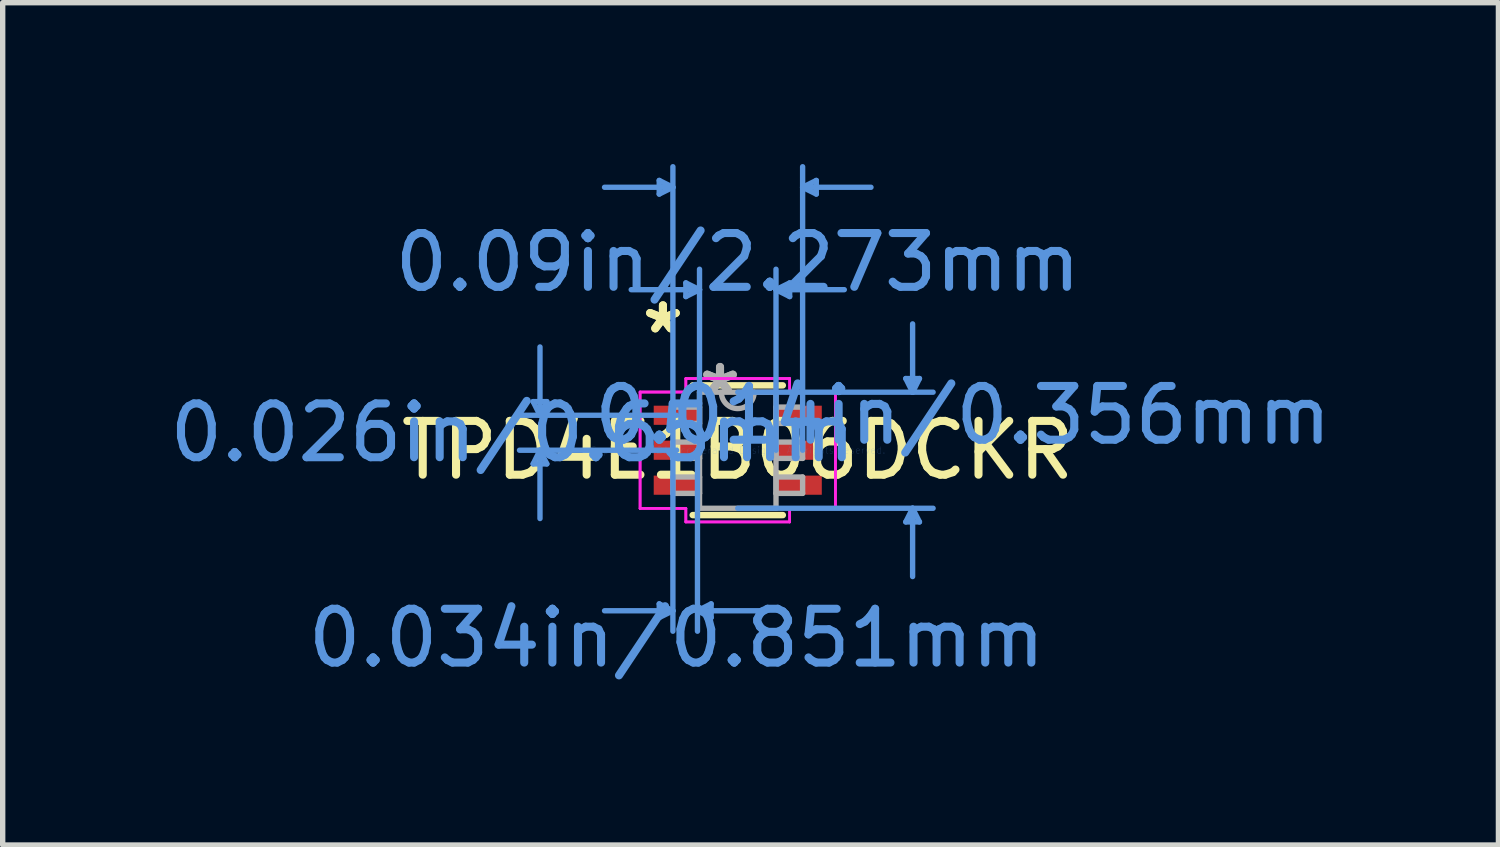
<source format=kicad_pcb>
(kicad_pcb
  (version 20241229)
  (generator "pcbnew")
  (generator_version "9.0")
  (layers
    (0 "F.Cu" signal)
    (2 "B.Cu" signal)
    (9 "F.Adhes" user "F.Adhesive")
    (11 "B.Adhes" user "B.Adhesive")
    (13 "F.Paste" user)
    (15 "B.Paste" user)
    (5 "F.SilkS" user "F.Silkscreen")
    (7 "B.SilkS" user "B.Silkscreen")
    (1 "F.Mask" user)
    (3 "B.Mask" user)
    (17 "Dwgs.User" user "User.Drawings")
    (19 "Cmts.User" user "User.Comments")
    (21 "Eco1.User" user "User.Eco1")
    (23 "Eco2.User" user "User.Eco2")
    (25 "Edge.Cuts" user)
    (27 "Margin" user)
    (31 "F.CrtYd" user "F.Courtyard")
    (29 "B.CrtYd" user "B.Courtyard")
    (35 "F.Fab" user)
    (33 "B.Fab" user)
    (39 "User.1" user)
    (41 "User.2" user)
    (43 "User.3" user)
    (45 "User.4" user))
  (footprint "TPD4E1B06DCKR"
    (layer "F.Cu")
    (at 10.667 5.321)
    (property "Reference" "TPD4E1B06DCKR" (at 0 0 0) (layer "F.SilkS") (effects (font (size 1 1) (thickness 0.15))))
    (attr through_hole)
    (fp_line (start -0.838 1.206) (end 0.838 1.206) (stroke (width 0.12) (type solid)) (layer "F.SilkS"))
    (fp_line (start 0.838 -1.206) (end -0.838 -1.206) (stroke (width 0.12) (type solid)) (layer "F.SilkS"))
    (fp_line (start -3.804 -0.904) (end -3.55 -0.904) (stroke (width 0.1) (type solid)) (layer "Cmts.User"))
    (fp_line (start -3.804 0.254) (end -3.55 0.254) (stroke (width 0.1) (type solid)) (layer "Cmts.User"))
    (fp_line (start -3.677 -0.65) (end -3.804 -0.904) (stroke (width 0.1) (type solid)) (layer "Cmts.User"))
    (fp_line (start -3.677 -0.65) (end -3.677 -1.92) (stroke (width 0.1) (type solid)) (layer "Cmts.User"))
    (fp_line (start -3.677 -0.65) (end -3.55 -0.904) (stroke (width 0.1) (type solid)) (layer "Cmts.User"))
    (fp_line (start -3.677 0) (end -3.804 0.254) (stroke (width 0.1) (type solid)) (layer "Cmts.User"))
    (fp_line (start -3.677 0) (end -3.677 1.27) (stroke (width 0.1) (type solid)) (layer "Cmts.User"))
    (fp_line (start -3.677 0) (end -3.55 0.254) (stroke (width 0.1) (type solid)) (layer "Cmts.User"))
    (fp_line (start -1.46 -5.016) (end -1.46 -4.763) (stroke (width 0.1) (type solid)) (layer "Cmts.User"))
    (fp_line (start -1.46 2.857) (end -1.46 3.111) (stroke (width 0.1) (type solid)) (layer "Cmts.User"))
    (fp_line (start -1.206 -4.889) (end -2.477 -4.889) (stroke (width 0.1) (type solid)) (layer "Cmts.User"))
    (fp_line (start -1.206 -4.889) (end -1.46 -5.016) (stroke (width 0.1) (type solid)) (layer "Cmts.User"))
    (fp_line (start -1.206 -4.889) (end -1.46 -4.763) (stroke (width 0.1) (type solid)) (layer "Cmts.User"))
    (fp_line (start -1.206 0) (end -1.206 -5.271) (stroke (width 0.1) (type solid)) (layer "Cmts.User"))
    (fp_line (start -1.206 0) (end -1.206 3.365) (stroke (width 0.1) (type solid)) (layer "Cmts.User"))
    (fp_line (start -1.206 2.985) (end -2.477 2.985) (stroke (width 0.1) (type solid)) (layer "Cmts.User"))
    (fp_line (start -1.206 2.985) (end -1.46 2.857) (stroke (width 0.1) (type solid)) (layer "Cmts.User"))
    (fp_line (start -1.206 2.985) (end -1.46 3.111) (stroke (width 0.1) (type solid)) (layer "Cmts.User"))
    (fp_line (start -1.137 -0.65) (end -4.058 -0.65) (stroke (width 0.1) (type solid)) (layer "Cmts.User"))
    (fp_line (start -1.137 0) (end -4.058 0) (stroke (width 0.1) (type solid)) (layer "Cmts.User"))
    (fp_line (start -0.965 -3.111) (end -0.965 -2.857) (stroke (width 0.1) (type solid)) (layer "Cmts.User"))
    (fp_line (start -0.749 0) (end -0.749 3.365) (stroke (width 0.1) (type solid)) (layer "Cmts.User"))
    (fp_line (start -0.749 2.985) (end -0.495 2.857) (stroke (width 0.1) (type solid)) (layer "Cmts.User"))
    (fp_line (start -0.749 2.985) (end -0.495 3.111) (stroke (width 0.1) (type solid)) (layer "Cmts.User"))
    (fp_line (start -0.749 2.985) (end 0.521 2.985) (stroke (width 0.1) (type solid)) (layer "Cmts.User"))
    (fp_line (start -0.711 -2.985) (end -1.981 -2.985) (stroke (width 0.1) (type solid)) (layer "Cmts.User"))
    (fp_line (start -0.711 -2.985) (end -0.965 -3.111) (stroke (width 0.1) (type solid)) (layer "Cmts.User"))
    (fp_line (start -0.711 -2.985) (end -0.965 -2.857) (stroke (width 0.1) (type solid)) (layer "Cmts.User"))
    (fp_line (start -0.711 0) (end -0.711 -3.365) (stroke (width 0.1) (type solid)) (layer "Cmts.User"))
    (fp_line (start -0.495 2.857) (end -0.495 3.111) (stroke (width 0.1) (type solid)) (layer "Cmts.User"))
    (fp_line (start 0 -1.079) (end 3.632 -1.079) (stroke (width 0.1) (type solid)) (layer "Cmts.User"))
    (fp_line (start 0 1.079) (end 3.632 1.079) (stroke (width 0.1) (type solid)) (layer "Cmts.User"))
    (fp_line (start 0.711 -2.985) (end 0.965 -3.111) (stroke (width 0.1) (type solid)) (layer "Cmts.User"))
    (fp_line (start 0.711 -2.985) (end 0.965 -2.857) (stroke (width 0.1) (type solid)) (layer "Cmts.User"))
    (fp_line (start 0.711 -2.985) (end 1.981 -2.985) (stroke (width 0.1) (type solid)) (layer "Cmts.User"))
    (fp_line (start 0.711 0) (end 0.711 -3.365) (stroke (width 0.1) (type solid)) (layer "Cmts.User"))
    (fp_line (start 0.965 -3.111) (end 0.965 -2.857) (stroke (width 0.1) (type solid)) (layer "Cmts.User"))
    (fp_line (start 1.206 -4.889) (end 1.46 -5.016) (stroke (width 0.1) (type solid)) (layer "Cmts.User"))
    (fp_line (start 1.206 -4.889) (end 1.46 -4.763) (stroke (width 0.1) (type solid)) (layer "Cmts.User"))
    (fp_line (start 1.206 -4.889) (end 2.477 -4.889) (stroke (width 0.1) (type solid)) (layer "Cmts.User"))
    (fp_line (start 1.206 0) (end 1.206 -5.271) (stroke (width 0.1) (type solid)) (layer "Cmts.User"))
    (fp_line (start 1.46 -5.016) (end 1.46 -4.763) (stroke (width 0.1) (type solid)) (layer "Cmts.User"))
    (fp_line (start 3.124 -1.333) (end 3.378 -1.333) (stroke (width 0.1) (type solid)) (layer "Cmts.User"))
    (fp_line (start 3.124 1.333) (end 3.378 1.333) (stroke (width 0.1) (type solid)) (layer "Cmts.User"))
    (fp_line (start 3.251 -1.079) (end 3.124 -1.333) (stroke (width 0.1) (type solid)) (layer "Cmts.User"))
    (fp_line (start 3.251 -1.079) (end 3.251 -2.349) (stroke (width 0.1) (type solid)) (layer "Cmts.User"))
    (fp_line (start 3.251 -1.079) (end 3.378 -1.333) (stroke (width 0.1) (type solid)) (layer "Cmts.User"))
    (fp_line (start 3.251 1.079) (end 3.124 1.333) (stroke (width 0.1) (type solid)) (layer "Cmts.User"))
    (fp_line (start 3.251 1.079) (end 3.251 2.349) (stroke (width 0.1) (type solid)) (layer "Cmts.User"))
    (fp_line (start 3.251 1.079) (end 3.378 1.333) (stroke (width 0.1) (type solid)) (layer "Cmts.User"))
    (fp_line (start -1.816 -1.082) (end -0.965 -1.082) (stroke (width 0.05) (type solid)) (layer "F.CrtYd"))
    (fp_line (start -1.816 -1.082) (end -0.965 -1.082) (stroke (width 0.05) (type solid)) (layer "F.CrtYd"))
    (fp_line (start -1.816 1.082) (end -1.816 -1.082) (stroke (width 0.05) (type solid)) (layer "F.CrtYd"))
    (fp_line (start -1.816 1.082) (end -1.816 -1.082) (stroke (width 0.05) (type solid)) (layer "F.CrtYd"))
    (fp_line (start -1.816 1.082) (end -0.965 1.082) (stroke (width 0.05) (type solid)) (layer "F.CrtYd"))
    (fp_line (start -0.965 -1.333) (end 0.965 -1.333) (stroke (width 0.05) (type solid)) (layer "F.CrtYd"))
    (fp_line (start -0.965 -1.333) (end 0.965 -1.333) (stroke (width 0.05) (type solid)) (layer "F.CrtYd"))
    (fp_line (start -0.965 -1.082) (end -0.965 -1.333) (stroke (width 0.05) (type solid)) (layer "F.CrtYd"))
    (fp_line (start -0.965 -1.082) (end -0.965 -1.333) (stroke (width 0.05) (type solid)) (layer "F.CrtYd"))
    (fp_line (start -0.965 1.082) (end -1.816 1.082) (stroke (width 0.05) (type solid)) (layer "F.CrtYd"))
    (fp_line (start -0.965 1.333) (end -0.965 1.082) (stroke (width 0.05) (type solid)) (layer "F.CrtYd"))
    (fp_line (start -0.965 1.333) (end -0.965 1.082) (stroke (width 0.05) (type solid)) (layer "F.CrtYd"))
    (fp_line (start 0.965 -1.333) (end 0.965 -1.082) (stroke (width 0.05) (type solid)) (layer "F.CrtYd"))
    (fp_line (start 0.965 -1.333) (end 0.965 -1.082) (stroke (width 0.05) (type solid)) (layer "F.CrtYd"))
    (fp_line (start 0.965 -1.082) (end 1.816 -1.082) (stroke (width 0.05) (type solid)) (layer "F.CrtYd"))
    (fp_line (start 0.965 1.082) (end 0.965 1.333) (stroke (width 0.05) (type solid)) (layer "F.CrtYd"))
    (fp_line (start 0.965 1.082) (end 0.965 1.333) (stroke (width 0.05) (type solid)) (layer "F.CrtYd"))
    (fp_line (start 0.965 1.333) (end -0.965 1.333) (stroke (width 0.05) (type solid)) (layer "F.CrtYd"))
    (fp_line (start 0.965 1.333) (end -0.965 1.333) (stroke (width 0.05) (type solid)) (layer "F.CrtYd"))
    (fp_line (start 1.816 -1.082) (end 0.965 -1.082) (stroke (width 0.05) (type solid)) (layer "F.CrtYd"))
    (fp_line (start 1.816 -1.082) (end 1.816 1.082) (stroke (width 0.05) (type solid)) (layer "F.CrtYd"))
    (fp_line (start 1.816 -1.082) (end 1.816 1.082) (stroke (width 0.05) (type solid)) (layer "F.CrtYd"))
    (fp_line (start 1.816 1.082) (end 0.965 1.082) (stroke (width 0.05) (type solid)) (layer "F.CrtYd"))
    (fp_line (start 1.816 1.082) (end 0.965 1.082) (stroke (width 0.05) (type solid)) (layer "F.CrtYd"))
    (fp_line (start -1.206 -0.802) (end -1.206 -0.498) (stroke (width 0.1) (type solid)) (layer "F.Fab"))
    (fp_line (start -1.206 -0.498) (end -0.711 -0.498) (stroke (width 0.1) (type solid)) (layer "F.Fab"))
    (fp_line (start -1.206 -0.152) (end -1.206 0.152) (stroke (width 0.1) (type solid)) (layer "F.Fab"))
    (fp_line (start -1.206 0.152) (end -0.711 0.152) (stroke (width 0.1) (type solid)) (layer "F.Fab"))
    (fp_line (start -1.206 0.498) (end -1.206 0.802) (stroke (width 0.1) (type solid)) (layer "F.Fab"))
    (fp_line (start -1.206 0.802) (end -0.711 0.802) (stroke (width 0.1) (type solid)) (layer "F.Fab"))
    (fp_line (start -0.711 -1.079) (end -0.711 1.079) (stroke (width 0.1) (type solid)) (layer "F.Fab"))
    (fp_line (start -0.711 -0.802) (end -1.206 -0.802) (stroke (width 0.1) (type solid)) (layer "F.Fab"))
    (fp_line (start -0.711 -0.498) (end -0.711 -0.802) (stroke (width 0.1) (type solid)) (layer "F.Fab"))
    (fp_line (start -0.711 -0.152) (end -1.206 -0.152) (stroke (width 0.1) (type solid)) (layer "F.Fab"))
    (fp_line (start -0.711 0.152) (end -0.711 -0.152) (stroke (width 0.1) (type solid)) (layer "F.Fab"))
    (fp_line (start -0.711 0.498) (end -1.206 0.498) (stroke (width 0.1) (type solid)) (layer "F.Fab"))
    (fp_line (start -0.711 0.802) (end -0.711 0.498) (stroke (width 0.1) (type solid)) (layer "F.Fab"))
    (fp_line (start -0.711 1.079) (end 0.711 1.079) (stroke (width 0.1) (type solid)) (layer "F.Fab"))
    (fp_line (start 0.711 -1.079) (end -0.711 -1.079) (stroke (width 0.1) (type solid)) (layer "F.Fab"))
    (fp_line (start 0.711 -0.802) (end 0.711 -0.498) (stroke (width 0.1) (type solid)) (layer "F.Fab"))
    (fp_line (start 0.711 -0.498) (end 1.206 -0.498) (stroke (width 0.1) (type solid)) (layer "F.Fab"))
    (fp_line (start 0.711 -0.152) (end 0.711 0.152) (stroke (width 0.1) (type solid)) (layer "F.Fab"))
    (fp_line (start 0.711 0.152) (end 1.206 0.152) (stroke (width 0.1) (type solid)) (layer "F.Fab"))
    (fp_line (start 0.711 0.498) (end 0.711 0.802) (stroke (width 0.1) (type solid)) (layer "F.Fab"))
    (fp_line (start 0.711 0.802) (end 1.206 0.802) (stroke (width 0.1) (type solid)) (layer "F.Fab"))
    (fp_line (start 0.711 1.079) (end 0.711 -1.079) (stroke (width 0.1) (type solid)) (layer "F.Fab"))
    (fp_line (start 1.206 -0.802) (end 0.711 -0.802) (stroke (width 0.1) (type solid)) (layer "F.Fab"))
    (fp_line (start 1.206 -0.498) (end 1.206 -0.802) (stroke (width 0.1) (type solid)) (layer "F.Fab"))
    (fp_line (start 1.206 -0.152) (end 0.711 -0.152) (stroke (width 0.1) (type solid)) (layer "F.Fab"))
    (fp_line (start 1.206 0.152) (end 1.206 -0.152) (stroke (width 0.1) (type solid)) (layer "F.Fab"))
    (fp_line (start 1.206 0.498) (end 0.711 0.498) (stroke (width 0.1) (type solid)) (layer "F.Fab"))
    (fp_line (start 1.206 0.802) (end 1.206 0.498) (stroke (width 0.1) (type solid)) (layer "F.Fab"))
    (fp_arc (start 0.3048 -1.0795) (mid 0 -0.7747) (end -0.3048 -1.0795) (stroke (width 0.1) (type solid)) (layer "F.Fab"))
    (fp_text user "*" (at -1.391 -2.149 0) (layer "F.SilkS") (effects (font (size 1 1) (thickness 0.15))))
    (fp_text user "*" (at -1.391 -2.149 0) (layer "F.SilkS") (effects (font (size 1 1) (thickness 0.15))))
    (fp_text user "0.034in/0.851mm" (at -1.137 3.493 0) (layer "Cmts.User") (effects (font (size 1 1) (thickness 0.15))))
    (fp_text user "0.09in/2.273mm" (at 0 -3.493 0) (layer "Cmts.User") (effects (font (size 1 1) (thickness 0.15))))
    (fp_text user "Copyright 2021 Accelerated Designs. All rights reserved." (at 0 0 0) (layer "Cmts.User") (effects (font (size 0.127 0.127) (thickness 0.002))))
    (fp_text user "0.014in/0.356mm" (at 4.185 -0.65 0) (layer "Cmts.User") (effects (font (size 1 1) (thickness 0.15))))
    (fp_text user "0.026in/0.65mm" (at -4.185 -0.325 0) (layer "Cmts.User") (effects (font (size 1 1) (thickness 0.15))))
    (fp_text user "*" (at -0.33 -1.003 0) (layer "F.Fab") (effects (font (size 1 1) (thickness 0.15))))
    (fp_text user "*" (at -0.33 -1.003 0) (layer "F.Fab") (effects (font (size 1 1) (thickness 0.15))))
    (pad "1" smd rect (at -1.137 -0.65) (size 0.851 0.356) (layers "F.Cu" "F.Mask" "F.Paste"))
    (pad "2" smd rect (at -1.137 0) (size 0.851 0.356) (layers "F.Cu" "F.Mask" "F.Paste"))
    (pad "3" smd rect (at -1.137 0.65) (size 0.851 0.356) (layers "F.Cu" "F.Mask" "F.Paste"))
    (pad "4" smd rect (at 1.137 0.65) (size 0.851 0.356) (layers "F.Cu" "F.Mask" "F.Paste"))
    (pad "5" smd rect (at 1.137 0) (size 0.851 0.356) (layers "F.Cu" "F.Mask" "F.Paste"))
    (pad "6" smd rect (at 1.137 -0.65) (size 0.851 0.356) (layers "F.Cu" "F.Mask" "F.Paste")))
  (gr_rect
    (start -3 -3)
    (end 24.81 12.661)
    (stroke (width 0.1) (type default))
    (fill no)
    (layer "Edge.Cuts")))
</source>
